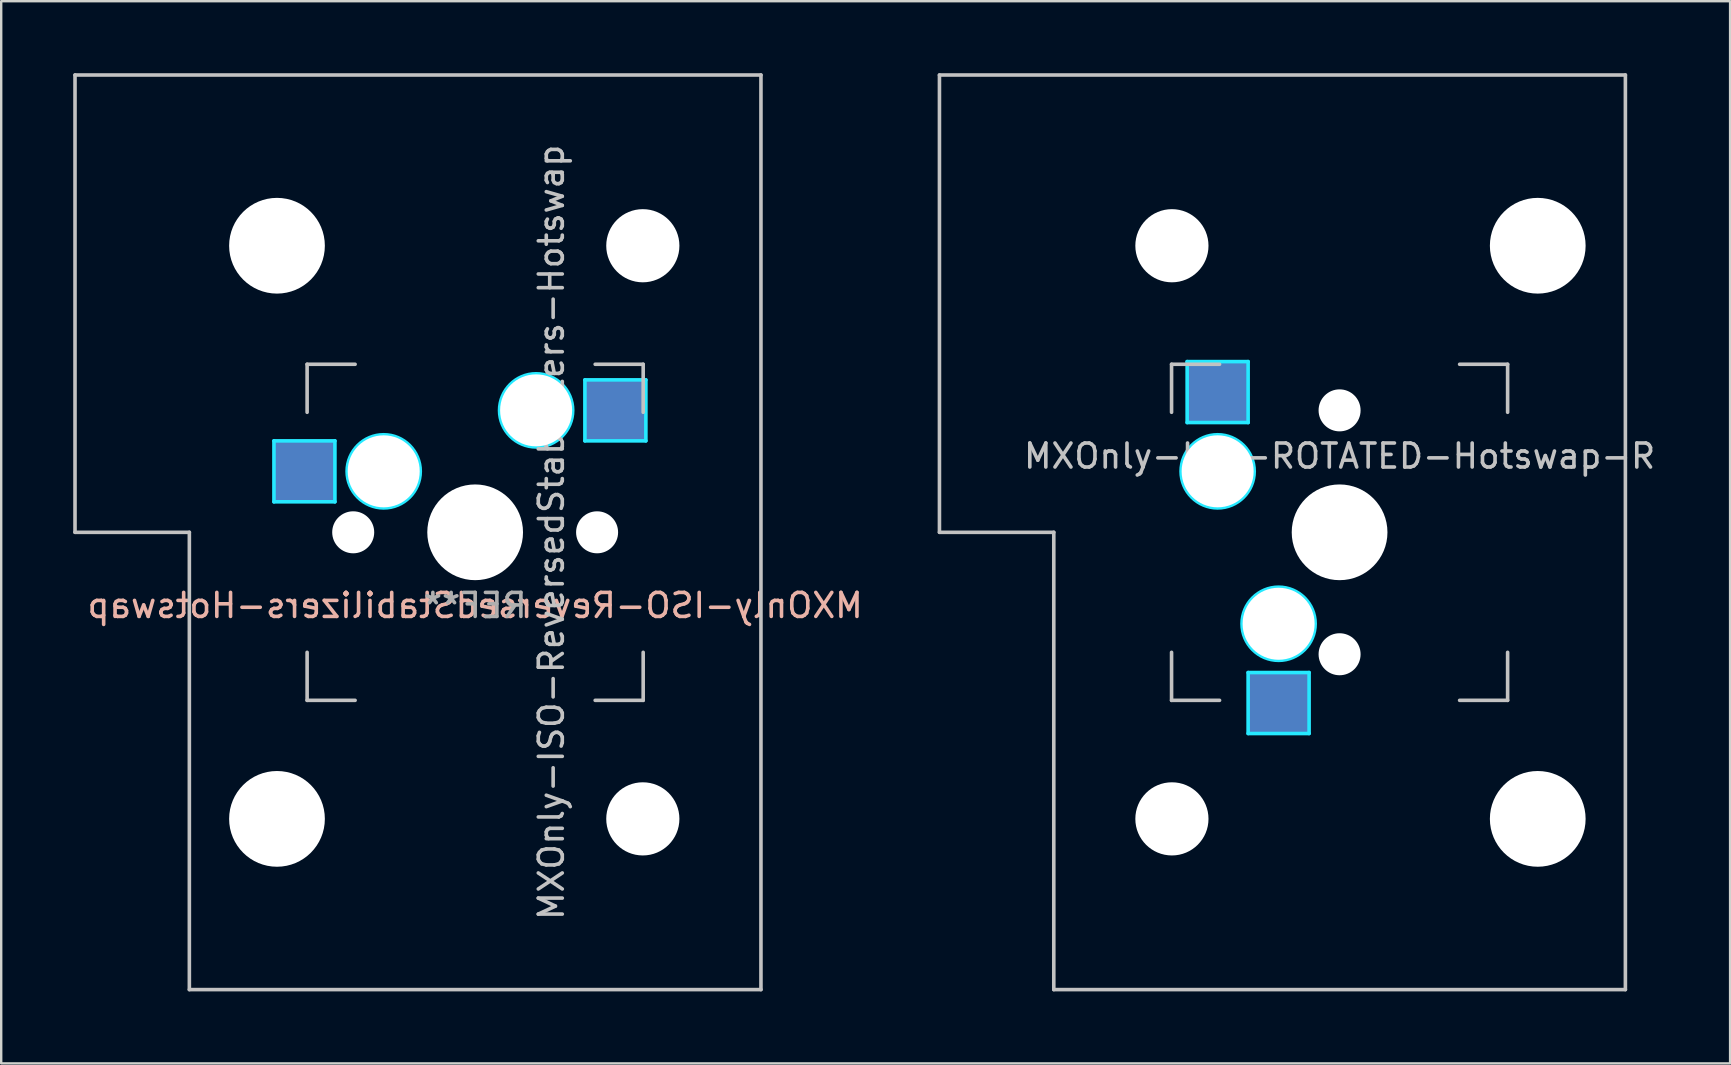
<source format=kicad_pcb>
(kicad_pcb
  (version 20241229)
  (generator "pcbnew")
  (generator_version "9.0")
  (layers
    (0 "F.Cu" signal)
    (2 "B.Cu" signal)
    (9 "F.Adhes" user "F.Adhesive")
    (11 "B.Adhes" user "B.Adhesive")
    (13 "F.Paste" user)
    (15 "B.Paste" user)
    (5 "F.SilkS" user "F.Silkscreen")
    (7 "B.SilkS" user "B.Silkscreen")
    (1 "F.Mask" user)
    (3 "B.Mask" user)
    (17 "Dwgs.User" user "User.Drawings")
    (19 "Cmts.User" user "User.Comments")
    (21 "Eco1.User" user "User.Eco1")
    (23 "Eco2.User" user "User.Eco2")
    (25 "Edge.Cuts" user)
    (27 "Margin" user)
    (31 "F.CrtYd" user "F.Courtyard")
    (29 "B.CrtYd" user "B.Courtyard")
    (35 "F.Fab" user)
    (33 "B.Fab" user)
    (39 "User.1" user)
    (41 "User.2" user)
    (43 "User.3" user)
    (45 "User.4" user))
  (footprint "MXOnly-ISO-ROTATED-Hotswap-R"
    (layer "F.Cu")
    (at 52.755 19.125)
    (property "Reference" "MXOnly-ISO-ROTATED-Hotswap-R" (at 0 -3.175 180) (layer "Dwgs.User") (effects (font (size 1 1) (thickness 0.15))))
    (attr through_hole)
    (fp_line (start -16.669 -19.05) (end -16.669 0) (stroke (width 0.15) (type solid)) (layer "Dwgs.User"))
    (fp_line (start -16.669 -19.05) (end 11.906 -19.05) (stroke (width 0.15) (type solid)) (layer "Dwgs.User"))
    (fp_line (start -11.906 0) (end -16.669 0) (stroke (width 0.15) (type solid)) (layer "Dwgs.User"))
    (fp_line (start -11.906 19.05) (end -11.906 0) (stroke (width 0.15) (type solid)) (layer "Dwgs.User"))
    (fp_line (start -11.906 19.05) (end 11.906 19.05) (stroke (width 0.15) (type solid)) (layer "Dwgs.User"))
    (fp_line (start -7 -7) (end -5 -7) (stroke (width 0.15) (type solid)) (layer "Dwgs.User"))
    (fp_line (start -7 -5) (end -7 -7) (stroke (width 0.15) (type solid)) (layer "Dwgs.User"))
    (fp_line (start -7 5) (end -7 7) (stroke (width 0.15) (type solid)) (layer "Dwgs.User"))
    (fp_line (start -7 7) (end -5 7) (stroke (width 0.15) (type solid)) (layer "Dwgs.User"))
    (fp_line (start 5 7) (end 7 7) (stroke (width 0.15) (type solid)) (layer "Dwgs.User"))
    (fp_line (start 7 -7) (end 5 -7) (stroke (width 0.15) (type solid)) (layer "Dwgs.User"))
    (fp_line (start 7 -5) (end 7 -7) (stroke (width 0.15) (type solid)) (layer "Dwgs.User"))
    (fp_line (start 7 7) (end 7 5) (stroke (width 0.15) (type solid)) (layer "Dwgs.User"))
    (fp_line (start 11.906 -19.05) (end 11.906 19.05) (stroke (width 0.15) (type solid)) (layer "Dwgs.User"))
    (fp_line (start -6.35 -7.112) (end -3.81 -7.112) (stroke (width 0.15) (type solid)) (layer "B.CrtYd"))
    (fp_line (start -6.35 -4.572) (end -6.35 -7.112) (stroke (width 0.15) (type solid)) (layer "B.CrtYd"))
    (fp_line (start -3.81 -7.112) (end -3.81 -4.572) (stroke (width 0.15) (type solid)) (layer "B.CrtYd"))
    (fp_line (start -3.81 -4.572) (end -6.35 -4.572) (stroke (width 0.15) (type solid)) (layer "B.CrtYd"))
    (fp_line (start -3.81 5.842) (end -3.81 8.382) (stroke (width 0.15) (type solid)) (layer "B.CrtYd"))
    (fp_line (start -3.81 8.382) (end -1.27 8.382) (stroke (width 0.15) (type solid)) (layer "B.CrtYd"))
    (fp_line (start -1.27 5.842) (end -3.81 5.842) (stroke (width 0.15) (type solid)) (layer "B.CrtYd"))
    (fp_line (start -1.27 8.382) (end -1.27 5.842) (stroke (width 0.15) (type solid)) (layer "B.CrtYd"))
    (fp_circle (center -5.08 -2.54) (end -6.604 -2.54) (stroke (width 0.15) (type solid)) (fill no) (layer "B.CrtYd"))
    (fp_circle (center -2.54 3.81) (end -4.064 3.81) (stroke (width 0.15) (type solid)) (fill no) (layer "B.CrtYd"))
    (pad "" np_thru_hole circle (at -6.985 -11.938) (size 3.048 3.048) (drill 3.048) (layers "*.Cu" "*.Mask"))
    (pad "" np_thru_hole circle (at -6.985 11.938) (size 3.048 3.048) (drill 3.048) (layers "*.Cu" "*.Mask"))
    (pad "" np_thru_hole circle (at -5.08 -2.54 90) (size 3 3) (drill 3) (layers "*.Cu" "*.Mask"))
    (pad "" np_thru_hole circle (at -2.54 3.81 90) (size 3 3) (drill 3) (layers "*.Cu" "*.Mask"))
    (pad "" np_thru_hole circle (at 0 -5.08 138.1) (size 1.75 1.75) (drill 1.75) (layers "*.Cu" "*.Mask"))
    (pad "" np_thru_hole circle (at 0 0 90) (size 3.988 3.988) (drill 3.988) (layers "*.Cu" "*.Mask"))
    (pad "" np_thru_hole circle (at 0 5.08 138.1) (size 1.75 1.75) (drill 1.75) (layers "*.Cu" "*.Mask"))
    (pad "" np_thru_hole circle (at 8.255 -11.938) (size 3.988 3.988) (drill 3.988) (layers "*.Cu" "*.Mask"))
    (pad "" np_thru_hole circle (at 8.255 11.938) (size 3.988 3.988) (drill 3.988) (layers "*.Cu" "*.Mask"))
    (pad "1" smd rect (at -2.54 7.085 90) (size 2.55 2.5) (layers "B.Cu" "B.Mask" "B.Paste"))
    (pad "2" smd rect (at -5.08 -5.842 90) (size 2.55 2.5) (layers "B.Cu" "B.Mask" "B.Paste")))
  (footprint "MXOnly-ISO-ReversedStabilizers-Hotswap"
    (layer "F.Cu")
    (at 16.744 19.125)
    (property "Reference" "MXOnly-ISO-ReversedStabilizers-Hotswap" (at 3.175 0 90) (layer "Dwgs.User") (effects (font (size 1 1) (thickness 0.15))))
    (attr through_hole)
    (fp_line (start -16.669 -19.05) (end -16.669 0) (stroke (width 0.15) (type solid)) (layer "Dwgs.User"))
    (fp_line (start -16.669 -19.05) (end 11.906 -19.05) (stroke (width 0.15) (type solid)) (layer "Dwgs.User"))
    (fp_line (start -11.906 0) (end -16.669 0) (stroke (width 0.15) (type solid)) (layer "Dwgs.User"))
    (fp_line (start -11.906 19.05) (end -11.906 0) (stroke (width 0.15) (type solid)) (layer "Dwgs.User"))
    (fp_line (start -11.906 19.05) (end 11.906 19.05) (stroke (width 0.15) (type solid)) (layer "Dwgs.User"))
    (fp_line (start -7 -7) (end -7 -5) (stroke (width 0.15) (type solid)) (layer "Dwgs.User"))
    (fp_line (start -7 5) (end -7 7) (stroke (width 0.15) (type solid)) (layer "Dwgs.User"))
    (fp_line (start -7 7) (end -5 7) (stroke (width 0.15) (type solid)) (layer "Dwgs.User"))
    (fp_line (start -5 -7) (end -7 -7) (stroke (width 0.15) (type solid)) (layer "Dwgs.User"))
    (fp_line (start 5 -7) (end 7 -7) (stroke (width 0.15) (type solid)) (layer "Dwgs.User"))
    (fp_line (start 5 7) (end 7 7) (stroke (width 0.15) (type solid)) (layer "Dwgs.User"))
    (fp_line (start 7 -7) (end 7 -5) (stroke (width 0.15) (type solid)) (layer "Dwgs.User"))
    (fp_line (start 7 7) (end 7 5) (stroke (width 0.15) (type solid)) (layer "Dwgs.User"))
    (fp_line (start 11.906 -19.05) (end 11.906 19.05) (stroke (width 0.15) (type solid)) (layer "Dwgs.User"))
    (fp_line (start -8.382 -3.81) (end -8.382 -1.27) (stroke (width 0.15) (type solid)) (layer "B.CrtYd"))
    (fp_line (start -8.382 -1.27) (end -5.842 -1.27) (stroke (width 0.15) (type solid)) (layer "B.CrtYd"))
    (fp_line (start -5.842 -3.81) (end -8.382 -3.81) (stroke (width 0.15) (type solid)) (layer "B.CrtYd"))
    (fp_line (start -5.842 -1.27) (end -5.842 -3.81) (stroke (width 0.15) (type solid)) (layer "B.CrtYd"))
    (fp_line (start 4.572 -6.35) (end 7.112 -6.35) (stroke (width 0.15) (type solid)) (layer "B.CrtYd"))
    (fp_line (start 4.572 -3.81) (end 4.572 -6.35) (stroke (width 0.15) (type solid)) (layer "B.CrtYd"))
    (fp_line (start 7.112 -6.35) (end 7.112 -3.81) (stroke (width 0.15) (type solid)) (layer "B.CrtYd"))
    (fp_line (start 7.112 -3.81) (end 4.572 -3.81) (stroke (width 0.15) (type solid)) (layer "B.CrtYd"))
    (fp_circle (center -3.81 -2.54) (end -3.81 -4.064) (stroke (width 0.15) (type solid)) (fill no) (layer "B.CrtYd"))
    (fp_circle (center 2.54 -5.08) (end 2.54 -6.604) (stroke (width 0.15) (type solid)) (fill no) (layer "B.CrtYd"))
    (fp_text user "${REFERENCE}" (at 0 3.048 0) (layer "B.SilkS") (effects (font (size 1 1) (thickness 0.15)) (justify mirror)))
    (fp_text user "REF**" (at 0 3.048 0) (layer "F.Fab") (effects (font (size 1 1) (thickness 0.15)) (justify mirror)))
    (pad "" np_thru_hole circle (at -8.255 -11.938) (size 3.988 3.988) (drill 3.988) (layers "*.Cu" "*.Mask"))
    (pad "" np_thru_hole circle (at -8.255 11.938) (size 3.988 3.988) (drill 3.988) (layers "*.Cu" "*.Mask"))
    (pad "" np_thru_hole circle (at -5.08 0 48.1) (size 1.75 1.75) (drill 1.75) (layers "*.Cu" "*.Mask"))
    (pad "" np_thru_hole circle (at -3.81 -2.54) (size 3 3) (drill 3) (layers "*.Cu" "*.Mask"))
    (pad "" np_thru_hole circle (at 0 0) (size 3.988 3.988) (drill 3.988) (layers "*.Cu" "*.Mask"))
    (pad "" np_thru_hole circle (at 2.54 -5.08) (size 3 3) (drill 3) (layers "*.Cu" "*.Mask"))
    (pad "" np_thru_hole circle (at 5.08 0 48.1) (size 1.75 1.75) (drill 1.75) (layers "*.Cu" "*.Mask"))
    (pad "" np_thru_hole circle (at 6.985 -11.938) (size 3.048 3.048) (drill 3.048) (layers "*.Cu" "*.Mask"))
    (pad "" np_thru_hole circle (at 6.985 11.938) (size 3.048 3.048) (drill 3.048) (layers "*.Cu" "*.Mask"))
    (pad "1" smd rect (at -7.085 -2.54) (size 2.55 2.5) (layers "B.Cu" "B.Mask" "B.Paste"))
    (pad "2" smd rect (at 5.842 -5.08) (size 2.55 2.5) (layers "B.Cu" "B.Mask" "B.Paste")))
  (gr_rect
    (start -3 -3)
    (end 69.023 41.25)
    (stroke (width 0.1) (type default))
    (fill no)
    (layer "Edge.Cuts")))
</source>
